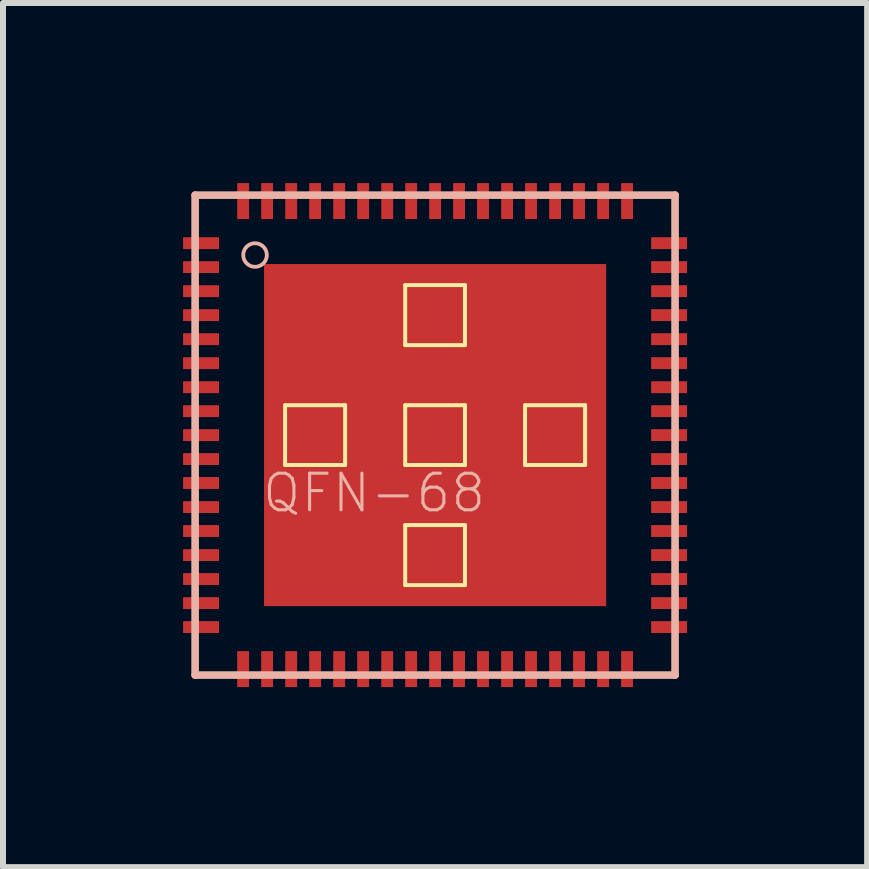
<source format=kicad_pcb>
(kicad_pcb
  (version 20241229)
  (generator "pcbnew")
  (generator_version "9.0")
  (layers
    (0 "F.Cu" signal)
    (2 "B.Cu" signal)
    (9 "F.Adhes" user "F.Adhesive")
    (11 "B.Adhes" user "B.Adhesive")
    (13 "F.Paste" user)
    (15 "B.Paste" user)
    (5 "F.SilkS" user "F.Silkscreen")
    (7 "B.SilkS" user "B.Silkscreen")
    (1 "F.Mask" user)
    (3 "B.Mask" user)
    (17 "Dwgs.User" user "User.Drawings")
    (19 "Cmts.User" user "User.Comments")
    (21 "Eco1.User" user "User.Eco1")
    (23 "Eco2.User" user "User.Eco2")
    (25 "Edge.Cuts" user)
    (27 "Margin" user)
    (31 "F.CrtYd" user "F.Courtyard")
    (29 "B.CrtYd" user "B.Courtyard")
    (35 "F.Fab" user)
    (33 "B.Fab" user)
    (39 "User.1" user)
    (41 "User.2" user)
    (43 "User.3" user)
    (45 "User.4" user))
  (footprint "QFN-68"
    (layer "F.Cu")
    (at 4.199 4.199)
    (property "Reference" "QFN-68" (at -1.016 0.965 0) (layer "B.SilkS") (effects (font (size 0.61 0.61) (thickness 0.051))))
    (attr smd)
    (fp_line (start -2.499 -0.498) (end -1.499 -0.498) (stroke (width 0.066) (type solid)) (layer "F.SilkS"))
    (fp_line (start -2.499 0.498) (end -2.499 -0.498) (stroke (width 0.066) (type solid)) (layer "F.SilkS"))
    (fp_line (start -2.499 0.498) (end -1.499 0.498) (stroke (width 0.066) (type solid)) (layer "F.SilkS"))
    (fp_line (start -1.499 0.498) (end -1.499 -0.498) (stroke (width 0.066) (type solid)) (layer "F.SilkS"))
    (fp_line (start -0.498 -2.499) (end 0.498 -2.499) (stroke (width 0.066) (type solid)) (layer "F.SilkS"))
    (fp_line (start -0.498 -1.499) (end -0.498 -2.499) (stroke (width 0.066) (type solid)) (layer "F.SilkS"))
    (fp_line (start -0.498 -1.499) (end 0.498 -1.499) (stroke (width 0.066) (type solid)) (layer "F.SilkS"))
    (fp_line (start -0.498 -0.498) (end 0.498 -0.498) (stroke (width 0.066) (type solid)) (layer "F.SilkS"))
    (fp_line (start -0.498 0.498) (end -0.498 -0.498) (stroke (width 0.066) (type solid)) (layer "F.SilkS"))
    (fp_line (start -0.498 0.498) (end 0.498 0.498) (stroke (width 0.066) (type solid)) (layer "F.SilkS"))
    (fp_line (start -0.498 1.499) (end 0.498 1.499) (stroke (width 0.066) (type solid)) (layer "F.SilkS"))
    (fp_line (start -0.498 2.499) (end -0.498 1.499) (stroke (width 0.066) (type solid)) (layer "F.SilkS"))
    (fp_line (start -0.498 2.499) (end 0.498 2.499) (stroke (width 0.066) (type solid)) (layer "F.SilkS"))
    (fp_line (start 0.498 -1.499) (end 0.498 -2.499) (stroke (width 0.066) (type solid)) (layer "F.SilkS"))
    (fp_line (start 0.498 0.498) (end 0.498 -0.498) (stroke (width 0.066) (type solid)) (layer "F.SilkS"))
    (fp_line (start 0.498 2.499) (end 0.498 1.499) (stroke (width 0.066) (type solid)) (layer "F.SilkS"))
    (fp_line (start 1.499 -0.498) (end 2.499 -0.498) (stroke (width 0.066) (type solid)) (layer "F.SilkS"))
    (fp_line (start 1.499 0.498) (end 1.499 -0.498) (stroke (width 0.066) (type solid)) (layer "F.SilkS"))
    (fp_line (start 1.499 0.498) (end 2.499 0.498) (stroke (width 0.066) (type solid)) (layer "F.SilkS"))
    (fp_line (start 2.499 0.498) (end 2.499 -0.498) (stroke (width 0.066) (type solid)) (layer "F.SilkS"))
    (fp_line (start -3.998 -3.998) (end -3.998 3.998) (stroke (width 0.127) (type solid)) (layer "B.SilkS"))
    (fp_line (start -3.998 3.998) (end 3.998 3.998) (stroke (width 0.127) (type solid)) (layer "B.SilkS"))
    (fp_line (start 3.998 -3.998) (end -3.998 -3.998) (stroke (width 0.127) (type solid)) (layer "B.SilkS"))
    (fp_line (start 3.998 3.998) (end 3.998 -3.998) (stroke (width 0.127) (type solid)) (layer "B.SilkS"))
    (fp_circle (center -3 -3) (end -3.139 -3.139) (stroke (width 0.064) (type solid)) (fill no) (layer "B.SilkS"))
    (pad "1" smd rect (at -3.899 -3.198 180) (size 0.599 0.198) (layers "F.Cu" "F.Mask" "F.Paste"))
    (pad "2" smd rect (at -3.899 -2.799 180) (size 0.599 0.198) (layers "F.Cu" "F.Mask" "F.Paste"))
    (pad "3" smd rect (at -3.899 -2.398 180) (size 0.599 0.198) (layers "F.Cu" "F.Mask" "F.Paste"))
    (pad "4" smd rect (at -3.899 -1.999 180) (size 0.599 0.198) (layers "F.Cu" "F.Mask" "F.Paste"))
    (pad "5" smd rect (at -3.899 -1.598 180) (size 0.599 0.198) (layers "F.Cu" "F.Mask" "F.Paste"))
    (pad "6" smd rect (at -3.899 -1.199 180) (size 0.599 0.198) (layers "F.Cu" "F.Mask" "F.Paste"))
    (pad "7" smd rect (at -3.899 -0.798 180) (size 0.599 0.198) (layers "F.Cu" "F.Mask" "F.Paste"))
    (pad "8" smd rect (at -3.899 -0.399 180) (size 0.599 0.198) (layers "F.Cu" "F.Mask" "F.Paste"))
    (pad "9" smd rect (at -3.899 0 180) (size 0.599 0.198) (layers "F.Cu" "F.Mask" "F.Paste"))
    (pad "10" smd rect (at -3.899 0.399 180) (size 0.599 0.198) (layers "F.Cu" "F.Mask" "F.Paste"))
    (pad "11" smd rect (at -3.899 0.798 180) (size 0.599 0.198) (layers "F.Cu" "F.Mask" "F.Paste"))
    (pad "12" smd rect (at -3.899 1.199 180) (size 0.599 0.198) (layers "F.Cu" "F.Mask" "F.Paste"))
    (pad "13" smd rect (at -3.899 1.598 180) (size 0.599 0.198) (layers "F.Cu" "F.Mask" "F.Paste"))
    (pad "14" smd rect (at -3.899 1.999 180) (size 0.599 0.198) (layers "F.Cu" "F.Mask" "F.Paste"))
    (pad "15" smd rect (at -3.899 2.398 180) (size 0.599 0.198) (layers "F.Cu" "F.Mask" "F.Paste"))
    (pad "16" smd rect (at -3.899 2.799 180) (size 0.599 0.198) (layers "F.Cu" "F.Mask" "F.Paste"))
    (pad "17" smd rect (at -3.899 3.198 180) (size 0.599 0.198) (layers "F.Cu" "F.Mask" "F.Paste"))
    (pad "18" smd rect (at -3.198 3.899 270) (size 0.599 0.198) (layers "F.Cu" "F.Mask" "F.Paste"))
    (pad "19" smd rect (at -2.799 3.899 270) (size 0.599 0.198) (layers "F.Cu" "F.Mask" "F.Paste"))
    (pad "20" smd rect (at -2.398 3.899 270) (size 0.599 0.198) (layers "F.Cu" "F.Mask" "F.Paste"))
    (pad "21" smd rect (at -1.999 3.899 270) (size 0.599 0.198) (layers "F.Cu" "F.Mask" "F.Paste"))
    (pad "22" smd rect (at -1.598 3.899 270) (size 0.599 0.198) (layers "F.Cu" "F.Mask" "F.Paste"))
    (pad "23" smd rect (at -1.199 3.899 270) (size 0.599 0.198) (layers "F.Cu" "F.Mask" "F.Paste"))
    (pad "24" smd rect (at -0.798 3.899 270) (size 0.599 0.198) (layers "F.Cu" "F.Mask" "F.Paste"))
    (pad "25" smd rect (at -0.399 3.899 270) (size 0.599 0.198) (layers "F.Cu" "F.Mask" "F.Paste"))
    (pad "26" smd rect (at 0 3.899 270) (size 0.599 0.198) (layers "F.Cu" "F.Mask" "F.Paste"))
    (pad "27" smd rect (at 0.399 3.899 270) (size 0.599 0.198) (layers "F.Cu" "F.Mask" "F.Paste"))
    (pad "28" smd rect (at 0.798 3.899 270) (size 0.599 0.198) (layers "F.Cu" "F.Mask" "F.Paste"))
    (pad "29" smd rect (at 1.199 3.899 270) (size 0.599 0.198) (layers "F.Cu" "F.Mask" "F.Paste"))
    (pad "30" smd rect (at 1.598 3.899 270) (size 0.599 0.198) (layers "F.Cu" "F.Mask" "F.Paste"))
    (pad "31" smd rect (at 1.999 3.899 270) (size 0.599 0.198) (layers "F.Cu" "F.Mask" "F.Paste"))
    (pad "32" smd rect (at 2.398 3.899 270) (size 0.599 0.198) (layers "F.Cu" "F.Mask" "F.Paste"))
    (pad "33" smd rect (at 2.799 3.899 270) (size 0.599 0.198) (layers "F.Cu" "F.Mask" "F.Paste"))
    (pad "34" smd rect (at 3.198 3.899 270) (size 0.599 0.198) (layers "F.Cu" "F.Mask" "F.Paste"))
    (pad "35" smd rect (at 3.899 3.198) (size 0.599 0.198) (layers "F.Cu" "F.Mask" "F.Paste"))
    (pad "36" smd rect (at 3.899 2.799) (size 0.599 0.198) (layers "F.Cu" "F.Mask" "F.Paste"))
    (pad "37" smd rect (at 3.899 2.398) (size 0.599 0.198) (layers "F.Cu" "F.Mask" "F.Paste"))
    (pad "38" smd rect (at 3.899 1.999) (size 0.599 0.198) (layers "F.Cu" "F.Mask" "F.Paste"))
    (pad "39" smd rect (at 3.899 1.598) (size 0.599 0.198) (layers "F.Cu" "F.Mask" "F.Paste"))
    (pad "40" smd rect (at 3.899 1.199) (size 0.599 0.198) (layers "F.Cu" "F.Mask" "F.Paste"))
    (pad "41" smd rect (at 3.899 0.798) (size 0.599 0.198) (layers "F.Cu" "F.Mask" "F.Paste"))
    (pad "42" smd rect (at 3.899 0.399) (size 0.599 0.198) (layers "F.Cu" "F.Mask" "F.Paste"))
    (pad "43" smd rect (at 3.899 0) (size 0.599 0.198) (layers "F.Cu" "F.Mask" "F.Paste"))
    (pad "44" smd rect (at 3.899 -0.399) (size 0.599 0.198) (layers "F.Cu" "F.Mask" "F.Paste"))
    (pad "45" smd rect (at 3.899 -0.798) (size 0.599 0.198) (layers "F.Cu" "F.Mask" "F.Paste"))
    (pad "46" smd rect (at 3.899 -1.199) (size 0.599 0.198) (layers "F.Cu" "F.Mask" "F.Paste"))
    (pad "47" smd rect (at 3.899 -1.598) (size 0.599 0.198) (layers "F.Cu" "F.Mask" "F.Paste"))
    (pad "48" smd rect (at 3.899 -1.999) (size 0.599 0.198) (layers "F.Cu" "F.Mask" "F.Paste"))
    (pad "49" smd rect (at 3.899 -2.398) (size 0.599 0.198) (layers "F.Cu" "F.Mask" "F.Paste"))
    (pad "50" smd rect (at 3.899 -2.799) (size 0.599 0.198) (layers "F.Cu" "F.Mask" "F.Paste"))
    (pad "51" smd rect (at 3.899 -3.198) (size 0.599 0.198) (layers "F.Cu" "F.Mask" "F.Paste"))
    (pad "52" smd rect (at 3.198 -3.899 90) (size 0.599 0.198) (layers "F.Cu" "F.Mask" "F.Paste"))
    (pad "53" smd rect (at 2.799 -3.899 90) (size 0.599 0.198) (layers "F.Cu" "F.Mask" "F.Paste"))
    (pad "54" smd rect (at 2.398 -3.899 90) (size 0.599 0.198) (layers "F.Cu" "F.Mask" "F.Paste"))
    (pad "55" smd rect (at 1.999 -3.899 90) (size 0.599 0.198) (layers "F.Cu" "F.Mask" "F.Paste"))
    (pad "56" smd rect (at 1.598 -3.899 90) (size 0.599 0.198) (layers "F.Cu" "F.Mask" "F.Paste"))
    (pad "57" smd rect (at 1.199 -3.899 90) (size 0.599 0.198) (layers "F.Cu" "F.Mask" "F.Paste"))
    (pad "58" smd rect (at 0.798 -3.899 90) (size 0.599 0.198) (layers "F.Cu" "F.Mask" "F.Paste"))
    (pad "59" smd rect (at 0.399 -3.899 90) (size 0.599 0.198) (layers "F.Cu" "F.Mask" "F.Paste"))
    (pad "60" smd rect (at 0 -3.899 90) (size 0.599 0.198) (layers "F.Cu" "F.Mask" "F.Paste"))
    (pad "61" smd rect (at -0.399 -3.899 90) (size 0.599 0.198) (layers "F.Cu" "F.Mask" "F.Paste"))
    (pad "62" smd rect (at -0.798 -3.899 90) (size 0.599 0.198) (layers "F.Cu" "F.Mask" "F.Paste"))
    (pad "63" smd rect (at -1.199 -3.899 90) (size 0.599 0.198) (layers "F.Cu" "F.Mask" "F.Paste"))
    (pad "64" smd rect (at -1.598 -3.899 90) (size 0.599 0.198) (layers "F.Cu" "F.Mask" "F.Paste"))
    (pad "65" smd rect (at -1.999 -3.899 90) (size 0.599 0.198) (layers "F.Cu" "F.Mask" "F.Paste"))
    (pad "66" smd rect (at -2.398 -3.899 90) (size 0.599 0.198) (layers "F.Cu" "F.Mask" "F.Paste"))
    (pad "67" smd rect (at -2.799 -3.899 90) (size 0.599 0.198) (layers "F.Cu" "F.Mask" "F.Paste"))
    (pad "68" smd rect (at -3.198 -3.899 90) (size 0.599 0.198) (layers "F.Cu" "F.Mask" "F.Paste"))
    (pad "69" smd rect (at 0 0) (size 5.7 5.7) (layers "F.Cu" "F.Mask" "F.Paste")))
  (gr_rect
    (start -3 -3)
    (end 11.397 11.397)
    (stroke (width 0.1) (type default))
    (fill no)
    (layer "Edge.Cuts")))
</source>
